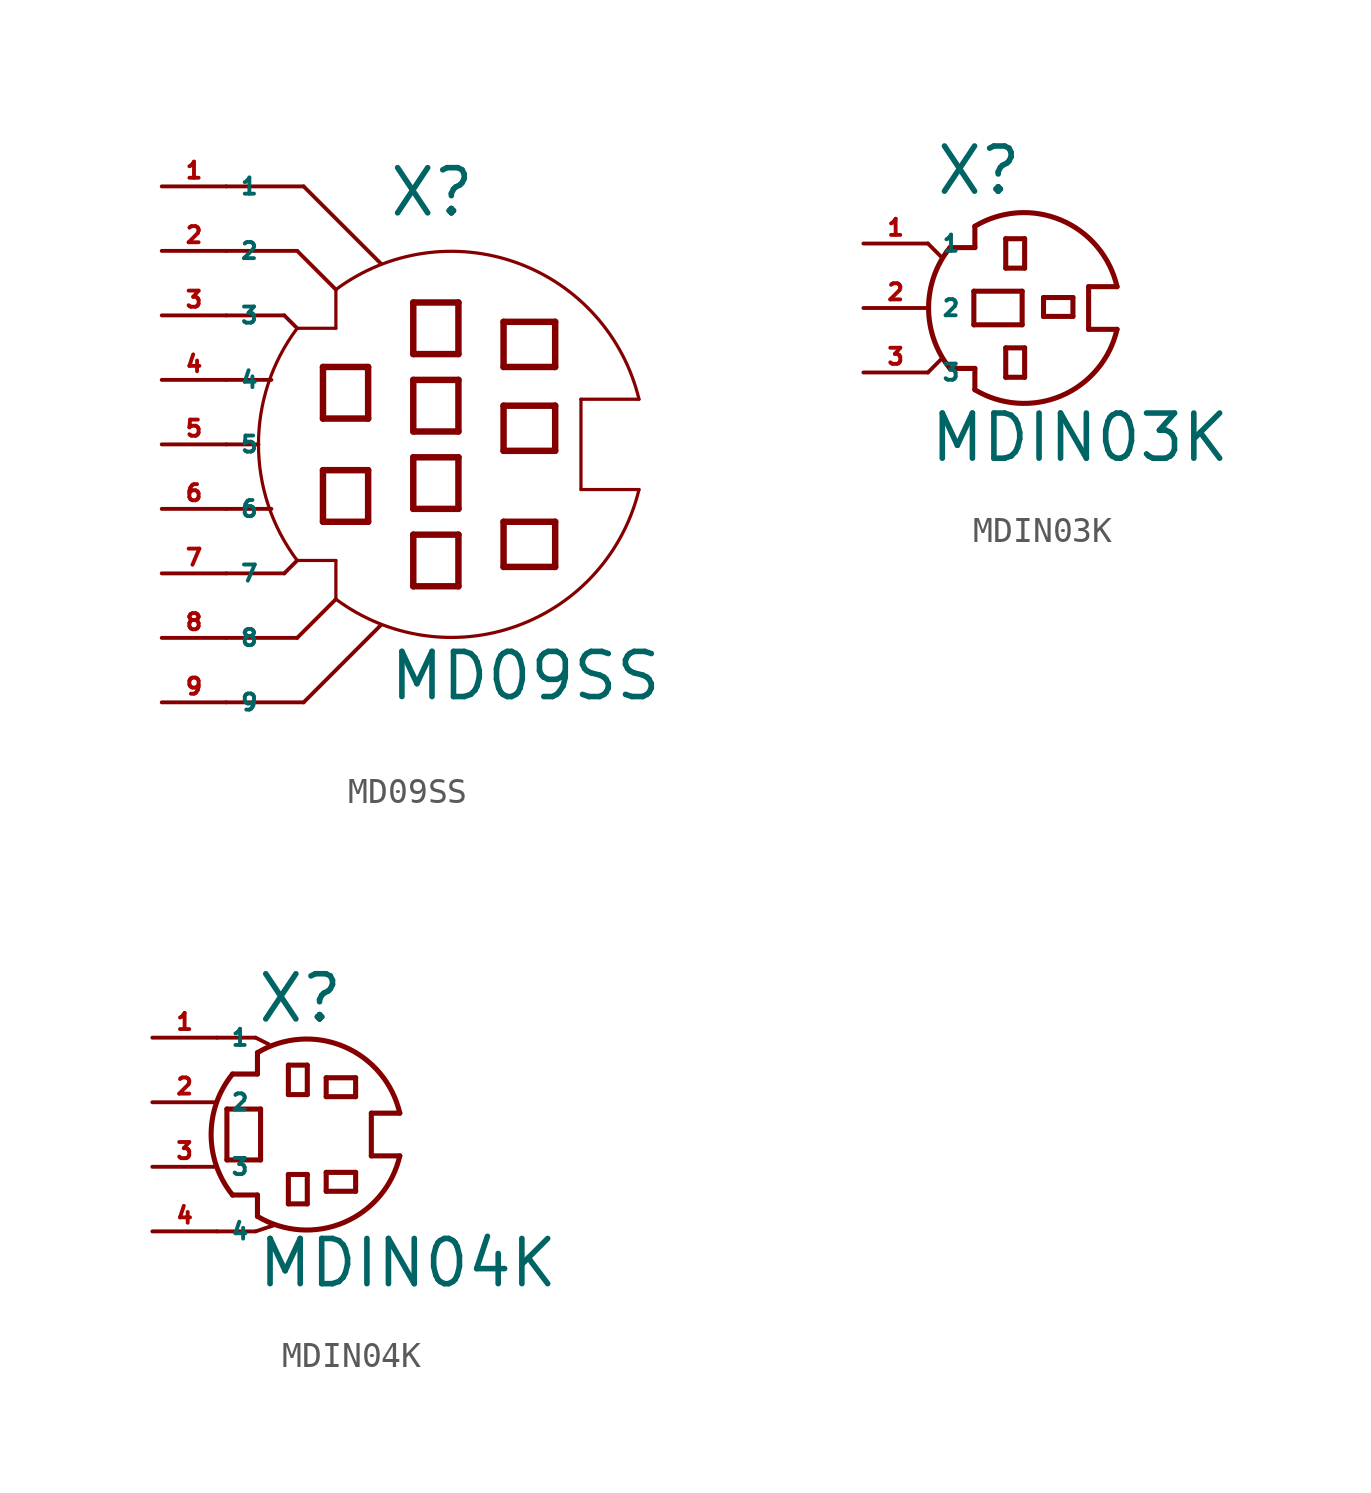
<source format=kicad_sym>
(kicad_symbol_lib
  (version 20220914)
  (generator Eagle2Kicad)
  (symbol "MD09SS"
    (property "Reference" "X"
      (at -1.27 8.89 0)
      (effects (font (size 1.778 1.778) (thickness 0.22)) (justify left bottom)))
    (property "Value" "MD09SS"
      (at -1.27 -10.16 0)
      (effects (font (size 1.778 1.778) (thickness 0.22)) (justify left bottom)))
    (polyline
      (pts (xy 6.35 -1.778) (xy 6.35 1.778))
      (stroke (width 0.127) (type default))
      (fill (type none)))
    (polyline
      (pts (xy 6.35 1.778) (xy 8.636 1.778))
      (stroke (width 0.127) (type default))
      (fill (type none)))
    (polyline
      (pts (xy -3.302 6.096) (xy -3.302 4.572))
      (stroke (width 0.127) (type default))
      (fill (type none)))
    (polyline
      (pts (xy -3.302 4.572) (xy -4.826 4.572))
      (stroke (width 0.127) (type default))
      (fill (type none)))
    (polyline
      (pts (xy -4.826 -4.572) (xy -3.302 -4.572))
      (stroke (width 0.127) (type default))
      (fill (type none)))
    (polyline
      (pts (xy -3.302 -4.572) (xy -3.302 -6.096))
      (stroke (width 0.127) (type default))
      (fill (type none)))
    (arc
      (start -4.826 4.572)
      (mid -6.350 0.000)
      (end -4.826 -4.572)
      (stroke (width 0.127) (type default))
      (fill (type none)))
    (arc
      (start 8.6359 1.778)
      (mid 3.829 7.150)
      (end -3.302 6.096)
      (stroke (width 0.127) (type default))
      (fill (type none)))
    (polyline
      (pts (xy 1.524 0.508) (xy -0.254 0.508))
      (stroke (width 0.254) (type default))
      (fill (type none)))
    (polyline
      (pts (xy -0.254 0.508) (xy -0.254 2.54))
      (stroke (width 0.254) (type default))
      (fill (type none)))
    (polyline
      (pts (xy -0.254 2.54) (xy 1.524 2.54))
      (stroke (width 0.254) (type default))
      (fill (type none)))
    (polyline
      (pts (xy 1.524 2.54) (xy 1.524 0.508))
      (stroke (width 0.254) (type default))
      (fill (type none)))
    (polyline
      (pts (xy 1.524 3.556) (xy -0.254 3.556))
      (stroke (width 0.254) (type default))
      (fill (type none)))
    (polyline
      (pts (xy -0.254 3.556) (xy -0.254 5.588))
      (stroke (width 0.254) (type default))
      (fill (type none)))
    (polyline
      (pts (xy -0.254 5.588) (xy 1.524 5.588))
      (stroke (width 0.254) (type default))
      (fill (type none)))
    (polyline
      (pts (xy 1.524 5.588) (xy 1.524 3.556))
      (stroke (width 0.254) (type default))
      (fill (type none)))
    (polyline
      (pts (xy 1.524 -2.54) (xy -0.254 -2.54))
      (stroke (width 0.254) (type default))
      (fill (type none)))
    (polyline
      (pts (xy -0.254 -2.54) (xy -0.254 -0.508))
      (stroke (width 0.254) (type default))
      (fill (type none)))
    (polyline
      (pts (xy -0.254 -0.508) (xy 1.524 -0.508))
      (stroke (width 0.254) (type default))
      (fill (type none)))
    (polyline
      (pts (xy 1.524 -0.508) (xy 1.524 -2.54))
      (stroke (width 0.254) (type default))
      (fill (type none)))
    (polyline
      (pts (xy 1.524 -5.588) (xy -0.254 -5.588))
      (stroke (width 0.254) (type default))
      (fill (type none)))
    (polyline
      (pts (xy -0.254 -5.588) (xy -0.254 -3.556))
      (stroke (width 0.254) (type default))
      (fill (type none)))
    (polyline
      (pts (xy -0.254 -3.556) (xy 1.524 -3.556))
      (stroke (width 0.254) (type default))
      (fill (type none)))
    (polyline
      (pts (xy 1.524 -3.556) (xy 1.524 -5.588))
      (stroke (width 0.254) (type default))
      (fill (type none)))
    (polyline
      (pts (xy 5.334 3.048) (xy 3.302 3.048))
      (stroke (width 0.254) (type default))
      (fill (type none)))
    (polyline
      (pts (xy 3.302 3.048) (xy 3.302 4.826))
      (stroke (width 0.254) (type default))
      (fill (type none)))
    (polyline
      (pts (xy 3.302 4.826) (xy 5.334 4.826))
      (stroke (width 0.254) (type default))
      (fill (type none)))
    (polyline
      (pts (xy 5.334 4.826) (xy 5.334 3.048))
      (stroke (width 0.254) (type default))
      (fill (type none)))
    (polyline
      (pts (xy 5.334 -0.254) (xy 3.302 -0.254))
      (stroke (width 0.254) (type default))
      (fill (type none)))
    (polyline
      (pts (xy 3.302 -0.254) (xy 3.302 1.524))
      (stroke (width 0.254) (type default))
      (fill (type none)))
    (polyline
      (pts (xy 3.302 1.524) (xy 5.334 1.524))
      (stroke (width 0.254) (type default))
      (fill (type none)))
    (polyline
      (pts (xy 5.334 1.524) (xy 5.334 -0.254))
      (stroke (width 0.254) (type default))
      (fill (type none)))
    (polyline
      (pts (xy 5.334 -4.826) (xy 3.302 -4.826))
      (stroke (width 0.254) (type default))
      (fill (type none)))
    (polyline
      (pts (xy 3.302 -4.826) (xy 3.302 -3.048))
      (stroke (width 0.254) (type default))
      (fill (type none)))
    (polyline
      (pts (xy 3.302 -3.048) (xy 5.334 -3.048))
      (stroke (width 0.254) (type default))
      (fill (type none)))
    (polyline
      (pts (xy 5.334 -3.048) (xy 5.334 -4.826))
      (stroke (width 0.254) (type default))
      (fill (type none)))
    (polyline
      (pts (xy -2.032 1.016) (xy -3.81 1.016))
      (stroke (width 0.254) (type default))
      (fill (type none)))
    (polyline
      (pts (xy -3.81 1.016) (xy -3.81 3.048))
      (stroke (width 0.254) (type default))
      (fill (type none)))
    (polyline
      (pts (xy -3.81 3.048) (xy -2.032 3.048))
      (stroke (width 0.254) (type default))
      (fill (type none)))
    (polyline
      (pts (xy -2.032 3.048) (xy -2.032 1.016))
      (stroke (width 0.254) (type default))
      (fill (type none)))
    (polyline
      (pts (xy -2.032 -3.048) (xy -3.81 -3.048))
      (stroke (width 0.254) (type default))
      (fill (type none)))
    (polyline
      (pts (xy -3.81 -3.048) (xy -3.81 -1.016))
      (stroke (width 0.254) (type default))
      (fill (type none)))
    (polyline
      (pts (xy -3.81 -1.016) (xy -2.032 -1.016))
      (stroke (width 0.254) (type default))
      (fill (type none)))
    (polyline
      (pts (xy -2.032 -1.016) (xy -2.032 -3.048))
      (stroke (width 0.254) (type default))
      (fill (type none)))
    (polyline
      (pts (xy -7.62 0) (xy -6.35 0))
      (stroke (width 0.152) (type default))
      (fill (type none)))
    (polyline
      (pts (xy -7.62 2.54) (xy -5.842 2.54))
      (stroke (width 0.152) (type default))
      (fill (type none)))
    (polyline
      (pts (xy -7.62 -2.54) (xy -5.842 -2.54))
      (stroke (width 0.152) (type default))
      (fill (type none)))
    (polyline
      (pts (xy -7.62 5.08) (xy -5.334 5.08))
      (stroke (width 0.152) (type default))
      (fill (type none)))
    (polyline
      (pts (xy -5.334 5.08) (xy -4.826 4.572))
      (stroke (width 0.152) (type default))
      (fill (type none)))
    (polyline
      (pts (xy -7.62 -5.08) (xy -5.334 -5.08))
      (stroke (width 0.152) (type default))
      (fill (type none)))
    (polyline
      (pts (xy -5.334 -5.08) (xy -4.826 -4.572))
      (stroke (width 0.152) (type default))
      (fill (type none)))
    (polyline
      (pts (xy -7.62 -7.62) (xy -4.826 -7.62))
      (stroke (width 0.152) (type default))
      (fill (type none)))
    (polyline
      (pts (xy -4.826 -7.62) (xy -3.302 -6.096))
      (stroke (width 0.152) (type default))
      (fill (type none)))
    (polyline
      (pts (xy -7.62 7.62) (xy -4.826 7.62))
      (stroke (width 0.152) (type default))
      (fill (type none)))
    (polyline
      (pts (xy -4.826 7.62) (xy -3.302 6.096))
      (stroke (width 0.152) (type default))
      (fill (type none)))
    (polyline
      (pts (xy -7.62 10.16) (xy -4.572 10.16))
      (stroke (width 0.152) (type default))
      (fill (type none)))
    (polyline
      (pts (xy -4.572 10.16) (xy -1.524 7.112))
      (stroke (width 0.152) (type default))
      (fill (type none)))
    (polyline
      (pts (xy -7.62 -10.16) (xy -4.572 -10.16))
      (stroke (width 0.152) (type default))
      (fill (type none)))
    (polyline
      (pts (xy -4.572 -10.16) (xy -1.524 -7.112))
      (stroke (width 0.152) (type default))
      (fill (type none)))
    (polyline
      (pts (xy 6.35 -1.778) (xy 8.636 -1.778))
      (stroke (width 0.127) (type default))
      (fill (type none)))
    (arc
      (start -3.302 -6.096)
      (mid 3.829 -7.150)
      (end 8.6359 -1.778)
      (stroke (width 0.127) (type default))
      (fill (type none)))
    (pin passive line
      (at -10.16 10.16 0)
      (length 2.54)
      (name "1" (effects (font (size 0.635 0.635) (thickness 0.08)) (justify left bottom)))
      (number "1" (effects (font (size 0.635 0.635) (thickness 0.08)) (justify left bottom))))
    (pin passive line
      (at -10.16 7.62 0)
      (length 2.54)
      (name "2" (effects (font (size 0.635 0.635) (thickness 0.08)) (justify left bottom)))
      (number "2" (effects (font (size 0.635 0.635) (thickness 0.08)) (justify left bottom))))
    (pin passive line
      (at -10.16 5.08 0)
      (length 2.54)
      (name "3" (effects (font (size 0.635 0.635) (thickness 0.08)) (justify left bottom)))
      (number "3" (effects (font (size 0.635 0.635) (thickness 0.08)) (justify left bottom))))
    (pin passive line
      (at -10.16 2.54 0)
      (length 2.54)
      (name "4" (effects (font (size 0.635 0.635) (thickness 0.08)) (justify left bottom)))
      (number "4" (effects (font (size 0.635 0.635) (thickness 0.08)) (justify left bottom))))
    (pin passive line
      (at -10.16 0 0)
      (length 2.54)
      (name "5" (effects (font (size 0.635 0.635) (thickness 0.08)) (justify left bottom)))
      (number "5" (effects (font (size 0.635 0.635) (thickness 0.08)) (justify left bottom))))
    (pin passive line
      (at -10.16 -2.54 0)
      (length 2.54)
      (name "6" (effects (font (size 0.635 0.635) (thickness 0.08)) (justify left bottom)))
      (number "6" (effects (font (size 0.635 0.635) (thickness 0.08)) (justify left bottom))))
    (pin passive line
      (at -10.16 -5.08 0)
      (length 2.54)
      (name "7" (effects (font (size 0.635 0.635) (thickness 0.08)) (justify left bottom)))
      (number "7" (effects (font (size 0.635 0.635) (thickness 0.08)) (justify left bottom))))
    (pin passive line
      (at -10.16 -7.62 0)
      (length 2.54)
      (name "8" (effects (font (size 0.635 0.635) (thickness 0.08)) (justify left bottom)))
      (number "8" (effects (font (size 0.635 0.635) (thickness 0.08)) (justify left bottom))))
    (pin passive line
      (at -10.16 -10.16 0)
      (length 2.54)
      (name "9" (effects (font (size 0.635 0.635) (thickness 0.08)) (justify left bottom)))
      (number "9" (effects (font (size 0.635 0.635) (thickness 0.08)) (justify left bottom)))))
  (symbol "MDIN03K"
    (property "Reference" "X"
      (at -4.826 4.374 0)
      (effects (font (size 1.778 1.778) (thickness 0.22)) (justify left bottom)))
    (property "Value" "MDIN03K"
      (at -5.08 -6.144 0)
      (effects (font (size 1.778 1.778) (thickness 0.22)) (justify left bottom)))
    (polyline
      (pts (xy 2.37 -0.84) (xy 1.25 -0.84))
      (stroke (width 0.2) (type default))
      (fill (type none)))
    (polyline
      (pts (xy 1.25 -0.84) (xy 1.25 0.84))
      (stroke (width 0.2) (type default))
      (fill (type none)))
    (polyline
      (pts (xy 1.25 0.84) (xy 2.37 0.84))
      (stroke (width 0.2) (type default))
      (fill (type none)))
    (polyline
      (pts (xy -3.23 3.22) (xy -3.23 2.38))
      (stroke (width 0.2) (type default))
      (fill (type none)))
    (polyline
      (pts (xy -3.23 2.38) (xy -4.21 2.38))
      (stroke (width 0.2) (type default))
      (fill (type none)))
    (polyline
      (pts (xy -3.23 -3.22) (xy -3.23 -2.38))
      (stroke (width 0.2) (type default))
      (fill (type none)))
    (polyline
      (pts (xy -3.23 -2.38) (xy -4.21 -2.38))
      (stroke (width 0.2) (type default))
      (fill (type none)))
    (arc
      (start 2.3701 0.84)
      (mid 0.177 3.458)
      (end -3.23 3.22)
      (stroke (width 0.2) (type default))
      (fill (type none)))
    (arc
      (start -3.23 -3.2199)
      (mid 0.177 -3.458)
      (end 2.37 -0.84)
      (stroke (width 0.2) (type default))
      (fill (type none)))
    (arc
      (start -4.21 2.38)
      (mid -5.053 0.000)
      (end -4.21 -2.38)
      (stroke (width 0.2) (type default))
      (fill (type none)))
    (polyline
      (pts (xy -0.526 0.413) (xy 0.632 0.413))
      (stroke (width 0.2) (type default))
      (fill (type none)))
    (polyline
      (pts (xy 0.632 0.413) (xy 0.632 -0.331))
      (stroke (width 0.2) (type default))
      (fill (type none)))
    (polyline
      (pts (xy 0.632 -0.331) (xy -0.526 -0.331))
      (stroke (width 0.2) (type default))
      (fill (type none)))
    (polyline
      (pts (xy -0.526 -0.331) (xy -0.526 0.413))
      (stroke (width 0.2) (type default))
      (fill (type none)))
    (polyline
      (pts (xy -2.014 1.571) (xy -2.014 2.729))
      (stroke (width 0.2) (type default))
      (fill (type none)))
    (polyline
      (pts (xy -2.014 2.729) (xy -1.27 2.729))
      (stroke (width 0.2) (type default))
      (fill (type none)))
    (polyline
      (pts (xy -1.27 2.729) (xy -1.27 1.571))
      (stroke (width 0.2) (type default))
      (fill (type none)))
    (polyline
      (pts (xy -1.27 1.571) (xy -2.014 1.571))
      (stroke (width 0.2) (type default))
      (fill (type none)))
    (polyline
      (pts (xy -1.27 -1.571) (xy -1.27 -2.729))
      (stroke (width 0.2) (type default))
      (fill (type none)))
    (polyline
      (pts (xy -1.27 -2.729) (xy -2.014 -2.729))
      (stroke (width 0.2) (type default))
      (fill (type none)))
    (polyline
      (pts (xy -2.014 -2.729) (xy -2.014 -1.571))
      (stroke (width 0.2) (type default))
      (fill (type none)))
    (polyline
      (pts (xy -2.014 -1.571) (xy -1.27 -1.571))
      (stroke (width 0.2) (type default))
      (fill (type none)))
    (polyline
      (pts (xy -3.27 0.662) (xy -1.368 0.662))
      (stroke (width 0.2) (type default))
      (fill (type none)))
    (polyline
      (pts (xy -1.368 0.662) (xy -1.368 -0.662))
      (stroke (width 0.2) (type default))
      (fill (type none)))
    (polyline
      (pts (xy -1.368 -0.662) (xy -3.27 -0.662))
      (stroke (width 0.2) (type default))
      (fill (type none)))
    (polyline
      (pts (xy -3.27 -0.662) (xy -3.27 0.662))
      (stroke (width 0.2) (type default))
      (fill (type none)))
    (polyline
      (pts (xy -5.08 2.54) (xy -4.572 2.032))
      (stroke (width 0.152) (type default))
      (fill (type none)))
    (polyline
      (pts (xy -5.08 -2.54) (xy -4.572 -2.032))
      (stroke (width 0.152) (type default))
      (fill (type none)))
    (pin passive line
      (at -7.62 2.54 0)
      (length 2.54)
      (name "1" (effects (font (size 0.635 0.635) (thickness 0.08)) (justify left bottom)))
      (number "1" (effects (font (size 0.635 0.635) (thickness 0.08)) (justify left bottom))))
    (pin passive line
      (at -7.62 0 0)
      (length 2.54)
      (name "2" (effects (font (size 0.635 0.635) (thickness 0.08)) (justify left bottom)))
      (number "2" (effects (font (size 0.635 0.635) (thickness 0.08)) (justify left bottom))))
    (pin passive line
      (at -7.62 -2.54 0)
      (length 2.54)
      (name "3" (effects (font (size 0.635 0.635) (thickness 0.08)) (justify left bottom)))
      (number "3" (effects (font (size 0.635 0.635) (thickness 0.08)) (justify left bottom)))))
  (symbol "MDIN04K"
    (property "Reference" "X"
      (at -3.556 3.048 0)
      (effects (font (size 1.778 1.778) (thickness 0.22)) (justify left bottom)))
    (property "Value" "MDIN04K"
      (at -3.556 -7.366 0)
      (effects (font (size 1.778 1.778) (thickness 0.22)) (justify left bottom)))
    (polyline
      (pts (xy 2.116 -2.11) (xy 0.996 -2.11))
      (stroke (width 0.2) (type default))
      (fill (type none)))
    (polyline
      (pts (xy 0.996 -2.11) (xy 0.996 -0.43))
      (stroke (width 0.2) (type default))
      (fill (type none)))
    (polyline
      (pts (xy 0.996 -0.43) (xy 2.116 -0.43))
      (stroke (width 0.2) (type default))
      (fill (type none)))
    (polyline
      (pts (xy -3.484 1.95) (xy -3.484 1.11))
      (stroke (width 0.2) (type default))
      (fill (type none)))
    (polyline
      (pts (xy -3.484 1.11) (xy -4.464 1.11))
      (stroke (width 0.2) (type default))
      (fill (type none)))
    (polyline
      (pts (xy -3.484 -4.49) (xy -3.484 -3.65))
      (stroke (width 0.2) (type default))
      (fill (type none)))
    (polyline
      (pts (xy -3.484 -3.65) (xy -4.464 -3.65))
      (stroke (width 0.2) (type default))
      (fill (type none)))
    (arc
      (start 2.1161 -0.43)
      (mid -0.077 2.188)
      (end -3.484 1.95)
      (stroke (width 0.2) (type default))
      (fill (type none)))
    (arc
      (start -3.484 -4.4899)
      (mid -0.077 -4.728)
      (end 2.116 -2.11)
      (stroke (width 0.2) (type default))
      (fill (type none)))
    (arc
      (start -4.464 1.11)
      (mid -5.307 -1.270)
      (end -4.464 -3.65)
      (stroke (width 0.2) (type default))
      (fill (type none)))
    (polyline
      (pts (xy -0.78 0.963) (xy 0.378 0.963))
      (stroke (width 0.2) (type default))
      (fill (type none)))
    (polyline
      (pts (xy 0.378 0.963) (xy 0.378 0.219))
      (stroke (width 0.2) (type default))
      (fill (type none)))
    (polyline
      (pts (xy 0.378 0.219) (xy -0.78 0.219))
      (stroke (width 0.2) (type default))
      (fill (type none)))
    (polyline
      (pts (xy -0.78 0.219) (xy -0.78 0.963))
      (stroke (width 0.2) (type default))
      (fill (type none)))
    (polyline
      (pts (xy -4.686 -2.27) (xy -4.686 -0.268))
      (stroke (width 0.2) (type default))
      (fill (type none)))
    (polyline
      (pts (xy -4.686 -0.268) (xy -3.362 -0.268))
      (stroke (width 0.2) (type default))
      (fill (type none)))
    (polyline
      (pts (xy -3.362 -0.268) (xy -3.362 -2.27))
      (stroke (width 0.2) (type default))
      (fill (type none)))
    (polyline
      (pts (xy -3.362 -2.27) (xy -4.686 -2.27))
      (stroke (width 0.2) (type default))
      (fill (type none)))
    (polyline
      (pts (xy -0.78 -2.759) (xy 0.378 -2.759))
      (stroke (width 0.2) (type default))
      (fill (type none)))
    (polyline
      (pts (xy 0.378 -2.759) (xy 0.378 -3.503))
      (stroke (width 0.2) (type default))
      (fill (type none)))
    (polyline
      (pts (xy 0.378 -3.503) (xy -0.78 -3.503))
      (stroke (width 0.2) (type default))
      (fill (type none)))
    (polyline
      (pts (xy -0.78 -3.503) (xy -0.78 -2.759))
      (stroke (width 0.2) (type default))
      (fill (type none)))
    (polyline
      (pts (xy -2.268 0.301) (xy -2.268 1.459))
      (stroke (width 0.2) (type default))
      (fill (type none)))
    (polyline
      (pts (xy -2.268 1.459) (xy -1.524 1.459))
      (stroke (width 0.2) (type default))
      (fill (type none)))
    (polyline
      (pts (xy -1.524 1.459) (xy -1.524 0.301))
      (stroke (width 0.2) (type default))
      (fill (type none)))
    (polyline
      (pts (xy -1.524 0.301) (xy -2.268 0.301))
      (stroke (width 0.2) (type default))
      (fill (type none)))
    (polyline
      (pts (xy -1.524 -2.841) (xy -1.524 -3.999))
      (stroke (width 0.2) (type default))
      (fill (type none)))
    (polyline
      (pts (xy -1.524 -3.999) (xy -2.268 -3.999))
      (stroke (width 0.2) (type default))
      (fill (type none)))
    (polyline
      (pts (xy -2.268 -3.999) (xy -2.268 -2.841))
      (stroke (width 0.2) (type default))
      (fill (type none)))
    (polyline
      (pts (xy -2.268 -2.841) (xy -1.524 -2.841))
      (stroke (width 0.2) (type default))
      (fill (type none)))
    (polyline
      (pts (xy -5.08 2.54) (xy -3.556 2.54))
      (stroke (width 0.152) (type default))
      (fill (type none)))
    (polyline
      (pts (xy -3.556 2.54) (xy -3.048 2.286))
      (stroke (width 0.152) (type default))
      (fill (type none)))
    (polyline
      (pts (xy -5.08 -5.08) (xy -3.556 -5.08))
      (stroke (width 0.152) (type default))
      (fill (type none)))
    (polyline
      (pts (xy -3.556 -5.08) (xy -2.794 -4.826))
      (stroke (width 0.152) (type default))
      (fill (type none)))
    (pin passive line
      (at -7.62 2.54 0)
      (length 2.54)
      (name "1" (effects (font (size 0.635 0.635) (thickness 0.08)) (justify left bottom)))
      (number "1" (effects (font (size 0.635 0.635) (thickness 0.08)) (justify left bottom))))
    (pin passive line
      (at -7.62 0 0)
      (length 2.54)
      (name "2" (effects (font (size 0.635 0.635) (thickness 0.08)) (justify left bottom)))
      (number "2" (effects (font (size 0.635 0.635) (thickness 0.08)) (justify left bottom))))
    (pin passive line
      (at -7.62 -2.54 0)
      (length 2.54)
      (name "3" (effects (font (size 0.635 0.635) (thickness 0.08)) (justify left bottom)))
      (number "3" (effects (font (size 0.635 0.635) (thickness 0.08)) (justify left bottom))))
    (pin passive line
      (at -7.62 -5.08 0)
      (length 2.54)
      (name "4" (effects (font (size 0.635 0.635) (thickness 0.08)) (justify left bottom)))
      (number "4" (effects (font (size 0.635 0.635) (thickness 0.08)) (justify left bottom))))))
</source>
